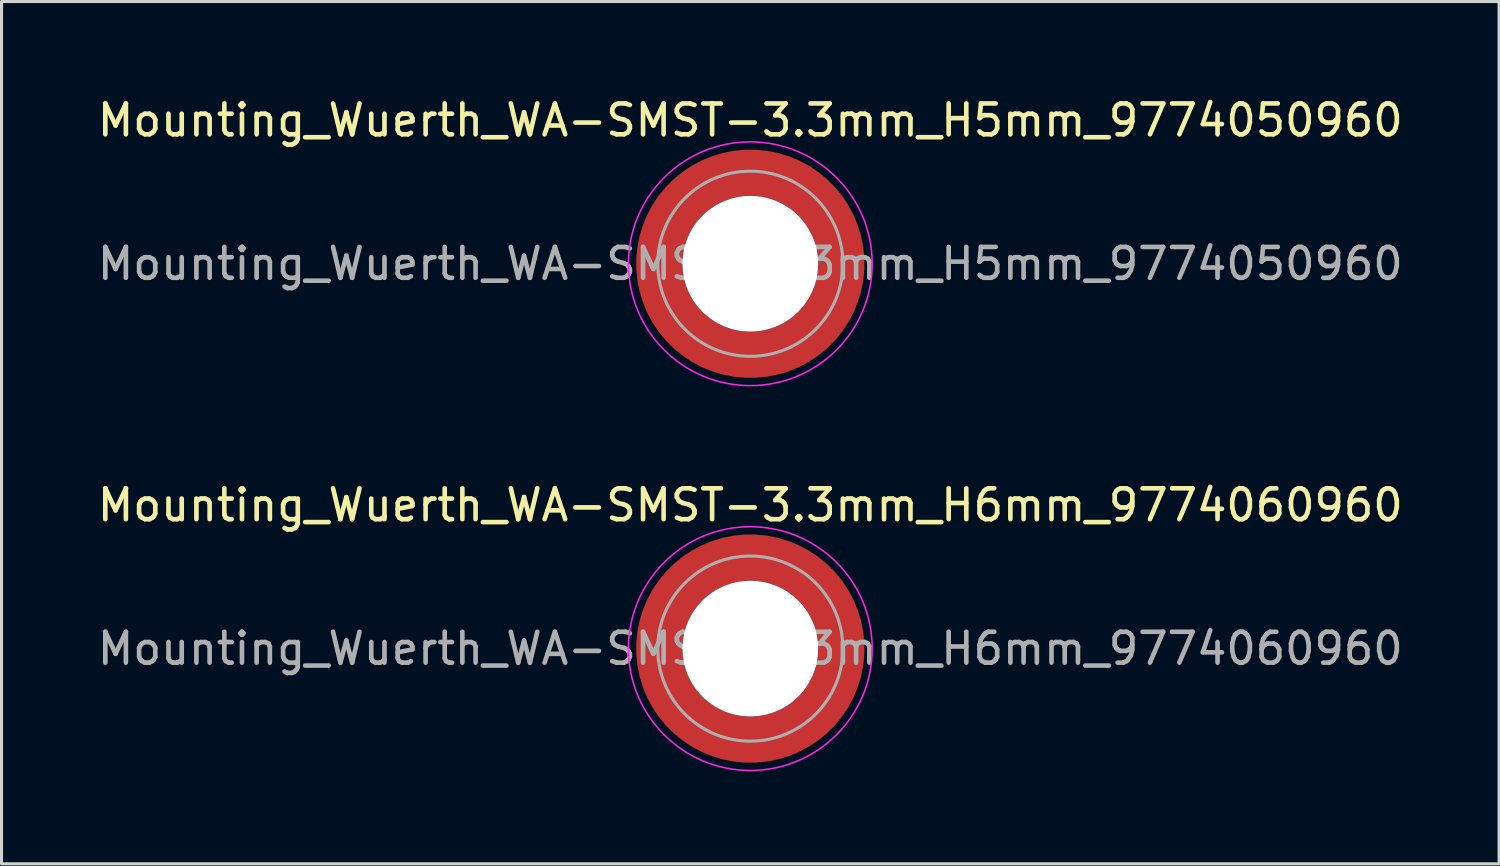
<source format=kicad_pcb>
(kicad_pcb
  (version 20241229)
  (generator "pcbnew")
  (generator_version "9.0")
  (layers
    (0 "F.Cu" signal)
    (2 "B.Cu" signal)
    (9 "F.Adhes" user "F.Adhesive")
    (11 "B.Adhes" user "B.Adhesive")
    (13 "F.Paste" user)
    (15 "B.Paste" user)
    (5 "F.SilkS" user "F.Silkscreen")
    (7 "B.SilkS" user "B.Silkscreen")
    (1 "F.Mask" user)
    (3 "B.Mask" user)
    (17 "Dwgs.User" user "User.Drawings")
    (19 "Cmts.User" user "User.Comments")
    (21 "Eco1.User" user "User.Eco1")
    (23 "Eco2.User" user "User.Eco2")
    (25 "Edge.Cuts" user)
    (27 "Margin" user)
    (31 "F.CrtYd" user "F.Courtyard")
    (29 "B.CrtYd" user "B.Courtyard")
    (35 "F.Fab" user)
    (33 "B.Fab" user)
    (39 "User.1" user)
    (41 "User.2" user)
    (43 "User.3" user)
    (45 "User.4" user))
  (footprint "Mounting_Wuerth_WA-SMST-3.3mm_H5mm_9774050960"
    (layer "F.Cu")
    (at 21.268 5.498)
    (property "Reference" "Mounting_Wuerth_WA-SMST-3.3mm_H5mm_9774050960" (at 0 -4.65 0) (layer "F.SilkS") (effects (font (size 1 1) (thickness 0.15))))
    (attr smd allow_soldermask_bridges)
    (fp_circle (center 0 0) (end 3.95 0) (stroke (width 0.05) (type solid)) (fill no) (layer "F.CrtYd"))
    (fp_circle (center 0 0) (end 3 0) (stroke (width 0.1) (type solid)) (fill no) (layer "F.Fab"))
    (fp_text user "${REFERENCE}" (at 0 0 0) (layer "F.Fab") (effects (font (size 1 1) (thickness 0.15))))
    (pad "" smd custom (at -2.058 -2.058) (size 0.55 0.55) (layers "F.Paste") (options (anchor circle)) (primitives (gr_arc (start -0.377294 1.707681) (mid 0.318198 0.318198) (end 1.707681 -0.377294) (width 0.2)) (gr_arc (start -0.478281 1.707681) (mid 0.247487 0.247487) (end 1.707681 -0.478281) (width 0.2)) (gr_arc (start -0.579192 1.707681) (mid 0.176777 0.176777) (end 1.707681 -0.579192) (width 0.2)) (gr_arc (start -0.680037 1.707681) (mid 0.106066 0.106066) (end 1.707681 -0.680037) (width 0.2)) (gr_arc (start -0.780822 1.707681) (mid 0.035355 0.035355) (end 1.707681 -0.780822) (width 0.2)) (gr_arc (start -0.881554 1.707681) (mid -0.035355 -0.035355) (end 1.707681 -0.881554) (width 0.2)) (gr_arc (start -0.982237 1.707681) (mid -0.106066 -0.106066) (end 1.707681 -0.982237) (width 0.2)) (gr_arc (start -1.082877 1.707681) (mid -0.176777 -0.176777) (end 1.707681 -1.082877) (width 0.2)) (gr_arc (start -1.183476 1.707681) (mid -0.247487 -0.247487) (end 1.707681 -1.183476) (width 0.2)) (gr_arc (start -1.28404 1.707681) (mid -0.318198 -0.318198) (end 1.707681 -1.28404) (width 0.2)) (gr_line (start 1.708 -0.377) (end 1.708 -1.284) (width 0.2)) (gr_line (start -0.377 1.708) (end -1.284 1.708) (width 0.2))))
    (pad "" smd custom (at -2.058 2.058) (size 0.55 0.55) (layers "F.Paste") (options (anchor circle)) (primitives (gr_arc (start 1.707681 0.377294) (mid 0.318198 -0.318198) (end -0.377294 -1.707681) (width 0.2)) (gr_arc (start 1.707681 0.478281) (mid 0.247487 -0.247487) (end -0.478281 -1.707681) (width 0.2)) (gr_arc (start 1.707681 0.579192) (mid 0.176777 -0.176777) (end -0.579192 -1.707681) (width 0.2)) (gr_arc (start 1.707681 0.680037) (mid 0.106066 -0.106066) (end -0.680037 -1.707681) (width 0.2)) (gr_arc (start 1.707681 0.780822) (mid 0.035355 -0.035355) (end -0.780822 -1.707681) (width 0.2)) (gr_arc (start 1.707681 0.881554) (mid -0.035355 0.035355) (end -0.881554 -1.707681) (width 0.2)) (gr_arc (start 1.707681 0.982237) (mid -0.106066 0.106066) (end -0.982237 -1.707681) (width 0.2)) (gr_arc (start 1.707681 1.082877) (mid -0.176777 0.176777) (end -1.082877 -1.707681) (width 0.2)) (gr_arc (start 1.707681 1.183476) (mid -0.247487 0.247487) (end -1.183476 -1.707681) (width 0.2)) (gr_arc (start 1.707681 1.28404) (mid -0.318198 0.318198) (end -1.28404 -1.707681) (width 0.2)) (gr_line (start -0.377 -1.708) (end -1.284 -1.708) (width 0.2)) (gr_line (start 1.708 0.377) (end 1.708 1.284) (width 0.2))))
    (pad "" np_thru_hole circle (at 0 0) (size 4.4 4.4) (drill 4.4) (layers "*.Cu" "*.Mask"))
    (pad "" smd custom (at 2.058 -2.058) (size 0.55 0.55) (layers "F.Paste") (options (anchor circle)) (primitives (gr_arc (start -1.707681 -0.377294) (mid -0.318198 0.318198) (end 0.377294 1.707681) (width 0.2)) (gr_arc (start -1.707681 -0.478281) (mid -0.247487 0.247487) (end 0.478281 1.707681) (width 0.2)) (gr_arc (start -1.707681 -0.579192) (mid -0.176777 0.176777) (end 0.579192 1.707681) (width 0.2)) (gr_arc (start -1.707681 -0.680037) (mid -0.106066 0.106066) (end 0.680037 1.707681) (width 0.2)) (gr_arc (start -1.707681 -0.780822) (mid -0.035355 0.035355) (end 0.780822 1.707681) (width 0.2)) (gr_arc (start -1.707681 -0.881554) (mid 0.035355 -0.035355) (end 0.881554 1.707681) (width 0.2)) (gr_arc (start -1.707681 -0.982237) (mid 0.106066 -0.106066) (end 0.982237 1.707681) (width 0.2)) (gr_arc (start -1.707681 -1.082877) (mid 0.176777 -0.176777) (end 1.082877 1.707681) (width 0.2)) (gr_arc (start -1.707681 -1.183476) (mid 0.247487 -0.247487) (end 1.183476 1.707681) (width 0.2)) (gr_arc (start -1.707681 -1.28404) (mid 0.318198 -0.318198) (end 1.28404 1.707681) (width 0.2)) (gr_line (start 0.377 1.708) (end 1.284 1.708) (width 0.2)) (gr_line (start -1.708 -0.377) (end -1.708 -1.284) (width 0.2))))
    (pad "" smd custom (at 2.058 2.058) (size 0.55 0.55) (layers "F.Paste") (options (anchor circle)) (primitives (gr_arc (start 0.377294 -1.707681) (mid -0.318198 -0.318198) (end -1.707681 0.377294) (width 0.2)) (gr_arc (start 0.478281 -1.707681) (mid -0.247487 -0.247487) (end -1.707681 0.478281) (width 0.2)) (gr_arc (start 0.579192 -1.707681) (mid -0.176777 -0.176777) (end -1.707681 0.579192) (width 0.2)) (gr_arc (start 0.680037 -1.707681) (mid -0.106066 -0.106066) (end -1.707681 0.680037) (width 0.2)) (gr_arc (start 0.780822 -1.707681) (mid -0.035355 -0.035355) (end -1.707681 0.780822) (width 0.2)) (gr_arc (start 0.881554 -1.707681) (mid 0.035355 0.035355) (end -1.707681 0.881554) (width 0.2)) (gr_arc (start 0.982237 -1.707681) (mid 0.106066 0.106066) (end -1.707681 0.982237) (width 0.2)) (gr_arc (start 1.082877 -1.707681) (mid 0.176777 0.176777) (end -1.707681 1.082877) (width 0.2)) (gr_arc (start 1.183476 -1.707681) (mid 0.247487 0.247487) (end -1.707681 1.183476) (width 0.2)) (gr_arc (start 1.28404 -1.707681) (mid 0.318198 0.318198) (end -1.707681 1.28404) (width 0.2)) (gr_line (start -1.708 0.377) (end -1.708 1.284) (width 0.2)) (gr_line (start 0.377 -1.708) (end 1.284 -1.708) (width 0.2))))
    (pad "1" smd circle (at -2.95 0) (size 0.992 0.992) (layers "F.Cu"))
    (pad "1" smd circle (at 0 -2.95) (size 0.992 0.992) (layers "F.Cu"))
    (pad "1" smd circle (at 0 2.95) (size 0.992 0.992) (layers "F.Cu"))
    (pad "1" smd custom (at 2.95 0) (size 1.5 1.5) (layers "F.Cu" "F.Mask") (options (anchor circle)) (primitives (gr_circle (center -2.95 0) (end 0 0) (width 1.5) (fill no)))))
  (footprint "Mounting_Wuerth_WA-SMST-3.3mm_H6mm_9774060960"
    (layer "F.Cu")
    (at 21.268 17.971)
    (property "Reference" "Mounting_Wuerth_WA-SMST-3.3mm_H6mm_9774060960" (at 0 -4.65 0) (layer "F.SilkS") (effects (font (size 1 1) (thickness 0.15))))
    (attr smd allow_soldermask_bridges)
    (fp_circle (center 0 0) (end 3.95 0) (stroke (width 0.05) (type solid)) (fill no) (layer "F.CrtYd"))
    (fp_circle (center 0 0) (end 3 0) (stroke (width 0.1) (type solid)) (fill no) (layer "F.Fab"))
    (fp_text user "${REFERENCE}" (at 0 0 0) (layer "F.Fab") (effects (font (size 1 1) (thickness 0.15))))
    (pad "" smd custom (at -2.058 -2.058) (size 0.55 0.55) (layers "F.Paste") (options (anchor circle)) (primitives (gr_arc (start -0.377294 1.707681) (mid 0.318198 0.318198) (end 1.707681 -0.377294) (width 0.2)) (gr_arc (start -0.478281 1.707681) (mid 0.247487 0.247487) (end 1.707681 -0.478281) (width 0.2)) (gr_arc (start -0.579192 1.707681) (mid 0.176777 0.176777) (end 1.707681 -0.579192) (width 0.2)) (gr_arc (start -0.680037 1.707681) (mid 0.106066 0.106066) (end 1.707681 -0.680037) (width 0.2)) (gr_arc (start -0.780822 1.707681) (mid 0.035355 0.035355) (end 1.707681 -0.780822) (width 0.2)) (gr_arc (start -0.881554 1.707681) (mid -0.035355 -0.035355) (end 1.707681 -0.881554) (width 0.2)) (gr_arc (start -0.982237 1.707681) (mid -0.106066 -0.106066) (end 1.707681 -0.982237) (width 0.2)) (gr_arc (start -1.082877 1.707681) (mid -0.176777 -0.176777) (end 1.707681 -1.082877) (width 0.2)) (gr_arc (start -1.183476 1.707681) (mid -0.247487 -0.247487) (end 1.707681 -1.183476) (width 0.2)) (gr_arc (start -1.28404 1.707681) (mid -0.318198 -0.318198) (end 1.707681 -1.28404) (width 0.2)) (gr_line (start 1.708 -0.377) (end 1.708 -1.284) (width 0.2)) (gr_line (start -0.377 1.708) (end -1.284 1.708) (width 0.2))))
    (pad "" smd custom (at -2.058 2.058) (size 0.55 0.55) (layers "F.Paste") (options (anchor circle)) (primitives (gr_arc (start 1.707681 0.377294) (mid 0.318198 -0.318198) (end -0.377294 -1.707681) (width 0.2)) (gr_arc (start 1.707681 0.478281) (mid 0.247487 -0.247487) (end -0.478281 -1.707681) (width 0.2)) (gr_arc (start 1.707681 0.579192) (mid 0.176777 -0.176777) (end -0.579192 -1.707681) (width 0.2)) (gr_arc (start 1.707681 0.680037) (mid 0.106066 -0.106066) (end -0.680037 -1.707681) (width 0.2)) (gr_arc (start 1.707681 0.780822) (mid 0.035355 -0.035355) (end -0.780822 -1.707681) (width 0.2)) (gr_arc (start 1.707681 0.881554) (mid -0.035355 0.035355) (end -0.881554 -1.707681) (width 0.2)) (gr_arc (start 1.707681 0.982237) (mid -0.106066 0.106066) (end -0.982237 -1.707681) (width 0.2)) (gr_arc (start 1.707681 1.082877) (mid -0.176777 0.176777) (end -1.082877 -1.707681) (width 0.2)) (gr_arc (start 1.707681 1.183476) (mid -0.247487 0.247487) (end -1.183476 -1.707681) (width 0.2)) (gr_arc (start 1.707681 1.28404) (mid -0.318198 0.318198) (end -1.28404 -1.707681) (width 0.2)) (gr_line (start -0.377 -1.708) (end -1.284 -1.708) (width 0.2)) (gr_line (start 1.708 0.377) (end 1.708 1.284) (width 0.2))))
    (pad "" np_thru_hole circle (at 0 0) (size 4.4 4.4) (drill 4.4) (layers "*.Cu" "*.Mask"))
    (pad "" smd custom (at 2.058 -2.058) (size 0.55 0.55) (layers "F.Paste") (options (anchor circle)) (primitives (gr_arc (start -1.707681 -0.377294) (mid -0.318198 0.318198) (end 0.377294 1.707681) (width 0.2)) (gr_arc (start -1.707681 -0.478281) (mid -0.247487 0.247487) (end 0.478281 1.707681) (width 0.2)) (gr_arc (start -1.707681 -0.579192) (mid -0.176777 0.176777) (end 0.579192 1.707681) (width 0.2)) (gr_arc (start -1.707681 -0.680037) (mid -0.106066 0.106066) (end 0.680037 1.707681) (width 0.2)) (gr_arc (start -1.707681 -0.780822) (mid -0.035355 0.035355) (end 0.780822 1.707681) (width 0.2)) (gr_arc (start -1.707681 -0.881554) (mid 0.035355 -0.035355) (end 0.881554 1.707681) (width 0.2)) (gr_arc (start -1.707681 -0.982237) (mid 0.106066 -0.106066) (end 0.982237 1.707681) (width 0.2)) (gr_arc (start -1.707681 -1.082877) (mid 0.176777 -0.176777) (end 1.082877 1.707681) (width 0.2)) (gr_arc (start -1.707681 -1.183476) (mid 0.247487 -0.247487) (end 1.183476 1.707681) (width 0.2)) (gr_arc (start -1.707681 -1.28404) (mid 0.318198 -0.318198) (end 1.28404 1.707681) (width 0.2)) (gr_line (start 0.377 1.708) (end 1.284 1.708) (width 0.2)) (gr_line (start -1.708 -0.377) (end -1.708 -1.284) (width 0.2))))
    (pad "" smd custom (at 2.058 2.058) (size 0.55 0.55) (layers "F.Paste") (options (anchor circle)) (primitives (gr_arc (start 0.377294 -1.707681) (mid -0.318198 -0.318198) (end -1.707681 0.377294) (width 0.2)) (gr_arc (start 0.478281 -1.707681) (mid -0.247487 -0.247487) (end -1.707681 0.478281) (width 0.2)) (gr_arc (start 0.579192 -1.707681) (mid -0.176777 -0.176777) (end -1.707681 0.579192) (width 0.2)) (gr_arc (start 0.680037 -1.707681) (mid -0.106066 -0.106066) (end -1.707681 0.680037) (width 0.2)) (gr_arc (start 0.780822 -1.707681) (mid -0.035355 -0.035355) (end -1.707681 0.780822) (width 0.2)) (gr_arc (start 0.881554 -1.707681) (mid 0.035355 0.035355) (end -1.707681 0.881554) (width 0.2)) (gr_arc (start 0.982237 -1.707681) (mid 0.106066 0.106066) (end -1.707681 0.982237) (width 0.2)) (gr_arc (start 1.082877 -1.707681) (mid 0.176777 0.176777) (end -1.707681 1.082877) (width 0.2)) (gr_arc (start 1.183476 -1.707681) (mid 0.247487 0.247487) (end -1.707681 1.183476) (width 0.2)) (gr_arc (start 1.28404 -1.707681) (mid 0.318198 0.318198) (end -1.707681 1.28404) (width 0.2)) (gr_line (start -1.708 0.377) (end -1.708 1.284) (width 0.2)) (gr_line (start 0.377 -1.708) (end 1.284 -1.708) (width 0.2))))
    (pad "1" smd circle (at -2.95 0) (size 0.992 0.992) (layers "F.Cu"))
    (pad "1" smd circle (at 0 -2.95) (size 0.992 0.992) (layers "F.Cu"))
    (pad "1" smd circle (at 0 2.95) (size 0.992 0.992) (layers "F.Cu"))
    (pad "1" smd custom (at 2.95 0) (size 1.5 1.5) (layers "F.Cu" "F.Mask") (options (anchor circle)) (primitives (gr_circle (center -2.95 0) (end 0 0) (width 1.5) (fill no)))))
  (gr_rect
    (start -3 -3)
    (end 45.536 24.947)
    (stroke (width 0.1) (type default))
    (fill no)
    (layer "Edge.Cuts")))
</source>
